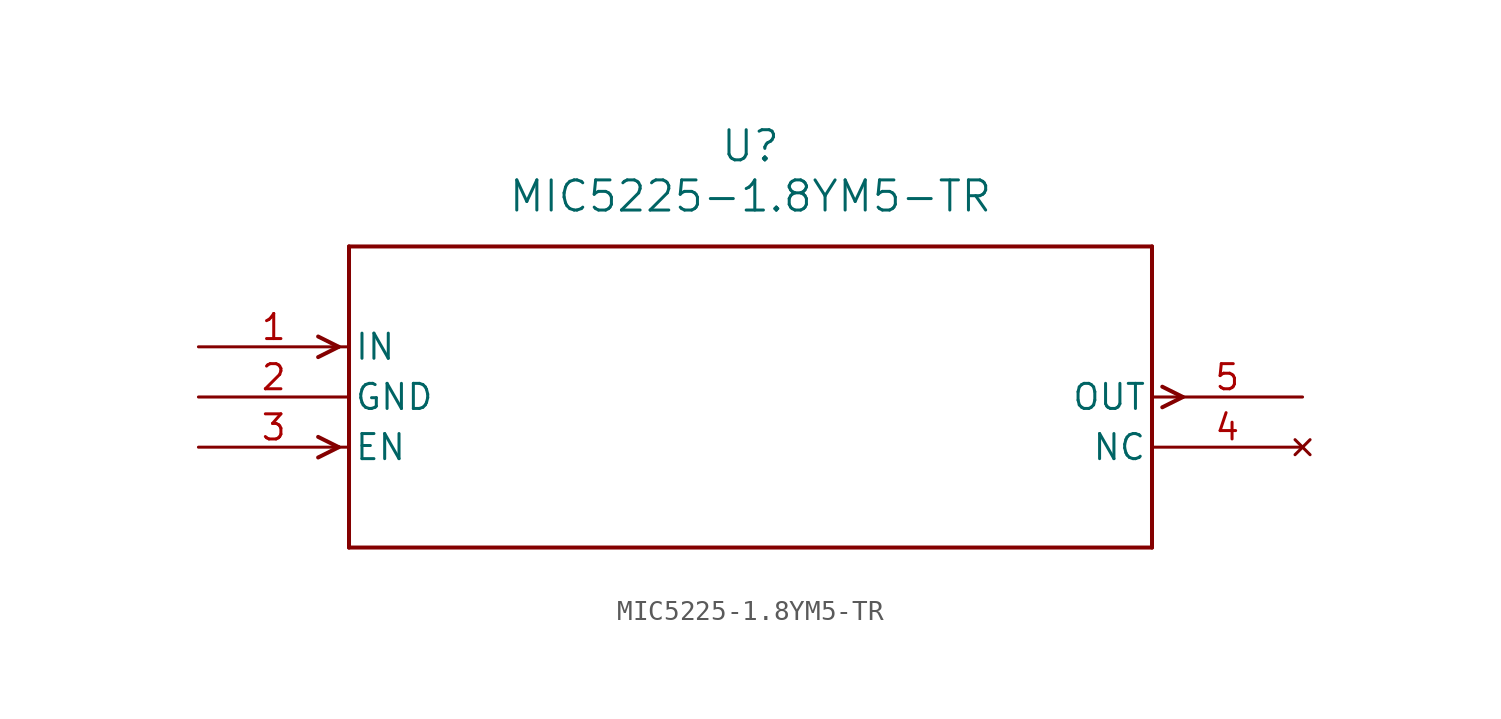
<source format=kicad_sym>
(kicad_symbol_lib
  (version 20211014)
  (generator kicad_symbol_editor)
  (symbol "MIC5225-1.8YM5-TR"
    (pin_names
      (offset 0.254))
    (property "Reference" "U"
      (at 27.94 10.16 0)
      (effects (font (size 1.524 1.524))))
    (property "Value" "MIC5225-1.8YM5-TR"
      (at 27.94 7.62 0)
      (effects (font (size 1.524 1.524))))
    (symbol "MIC5225-1.8YM5-TR_0_1"
      (polyline (pts (xy 7.099 0) (xy 6.058 0.521)) (stroke (width 0.203) (type default) (color 0 0 0 0)) (fill (type none)))
      (polyline (pts (xy 7.099 0) (xy 6.058 -0.521)) (stroke (width 0.203) (type default) (color 0 0 0 0)) (fill (type none)))
      (polyline (pts (xy 7.099 -5.08) (xy 6.058 -4.559)) (stroke (width 0.203) (type default) (color 0 0 0 0)) (fill (type none)))
      (polyline (pts (xy 7.099 -5.08) (xy 6.058 -5.601)) (stroke (width 0.203) (type default) (color 0 0 0 0)) (fill (type none)))
      (polyline (pts (xy 48.781 -2.019) (xy 49.822 -2.54)) (stroke (width 0.203) (type default) (color 0 0 0 0)) (fill (type none)))
      (polyline (pts (xy 48.781 -3.061) (xy 49.822 -2.54)) (stroke (width 0.203) (type default) (color 0 0 0 0)) (fill (type none)))
      (polyline (pts (xy 7.62 5.08) (xy 7.62 -10.16)) (stroke (width 0.203) (type default) (color 0 0 0 0)) (fill (type none)))
      (polyline (pts (xy 7.62 -10.16) (xy 48.26 -10.16)) (stroke (width 0.203) (type default) (color 0 0 0 0)) (fill (type none)))
      (polyline (pts (xy 48.26 -10.16) (xy 48.26 5.08)) (stroke (width 0.203) (type default) (color 0 0 0 0)) (fill (type none)))
      (polyline (pts (xy 48.26 5.08) (xy 7.62 5.08)) (stroke (width 0.203) (type default) (color 0 0 0 0)) (fill (type none)))
      (pin input line (at 0 0 0) (length 7.62) (name "IN" (effects (font (size 1.27 1.27)))) (number "1" (effects (font (size 1.27 1.27)))))
      (pin power_in line (at 0 -2.54 0) (length 7.62) (name "GND" (effects (font (size 1.27 1.27)))) (number "2" (effects (font (size 1.27 1.27)))))
      (pin input line (at 0 -5.08 0) (length 7.62) (name "EN" (effects (font (size 1.27 1.27)))) (number "3" (effects (font (size 1.27 1.27)))))
      (pin no_connect line (at 55.88 -5.08 180) (length 7.62) (name "NC" (effects (font (size 1.27 1.27)))) (number "4" (effects (font (size 1.27 1.27)))))
      (pin output line (at 55.88 -2.54 180) (length 7.62) (name "OUT" (effects (font (size 1.27 1.27)))) (number "5" (effects (font (size 1.27 1.27))))))))
</source>
